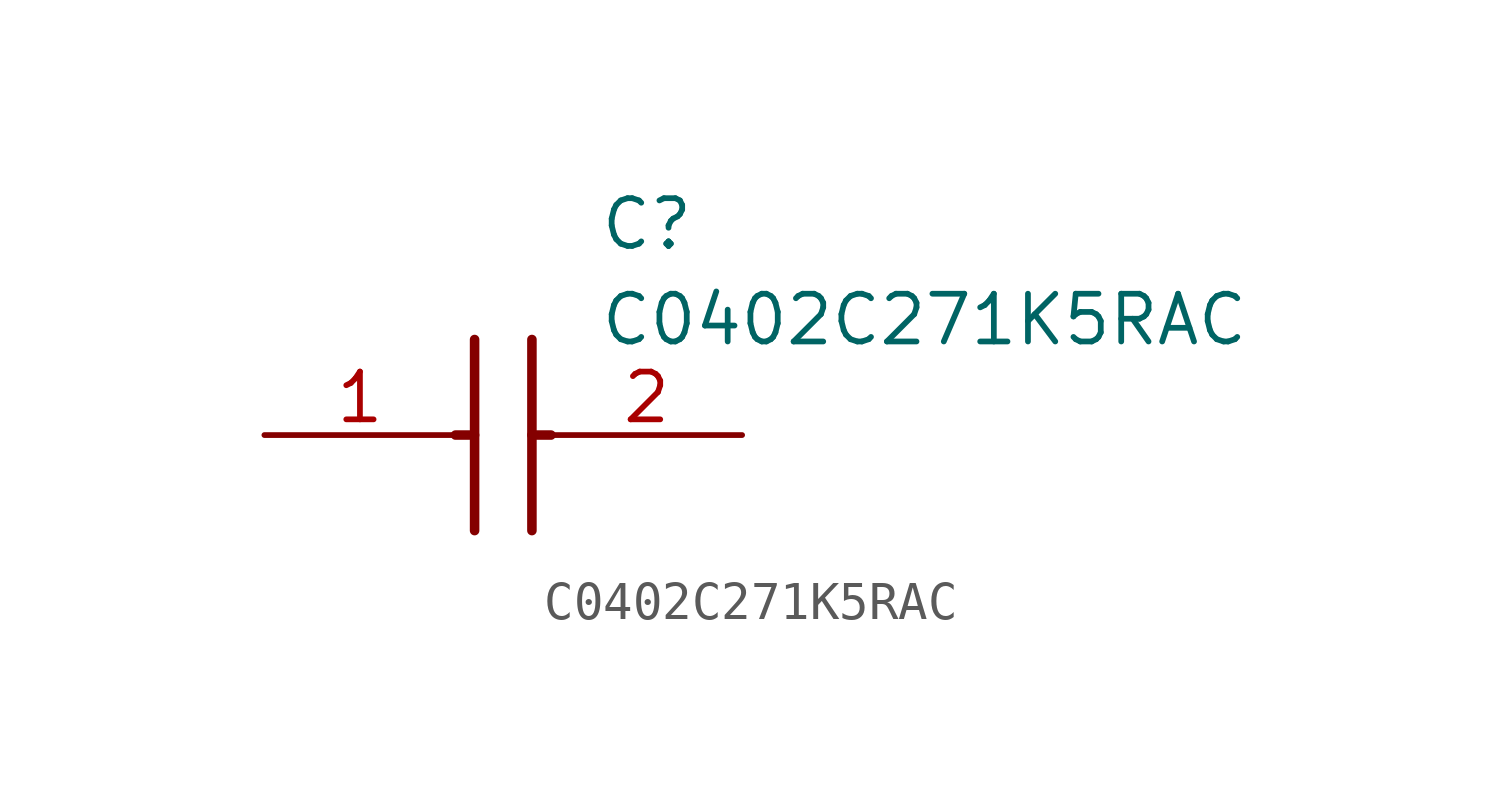
<source format=kicad_sym>
(kicad_symbol_lib
  (version 20211014)
  (generator SamacSys_ECAD_Model)
  (symbol "C0402C271K5RAC"
    (pin_names hide)
    (property "Reference" "C"
      (at 8.89 6.35 0)
      (effects (font (size 1.27 1.27)) (justify left top)))
    (property "Value" "C0402C271K5RAC"
      (at 8.89 3.81 0)
      (effects (font (size 1.27 1.27)) (justify left top)))
    (polyline
      (pts (xy 5.588 2.54) (xy 5.588 -2.54))
      (stroke (width 0.254) (type default))
      (fill (type none)))
    (polyline
      (pts (xy 7.112 2.54) (xy 7.112 -2.54))
      (stroke (width 0.254) (type default))
      (fill (type none)))
    (polyline
      (pts (xy 5.08 0) (xy 5.588 0))
      (stroke (width 0.254) (type default))
      (fill (type none)))
    (polyline
      (pts (xy 7.112 0) (xy 7.62 0))
      (stroke (width 0.254) (type default))
      (fill (type none)))
    (pin passive line
      (at 0 0 0)
      (length 5.08)
      (name "1" (effects (font (size 1.27 1.27))))
      (number "1" (effects (font (size 1.27 1.27)))))
    (pin passive line
      (at 12.7 0 180)
      (length 5.08)
      (name "2" (effects (font (size 1.27 1.27))))
      (number "2" (effects (font (size 1.27 1.27)))))))
</source>
